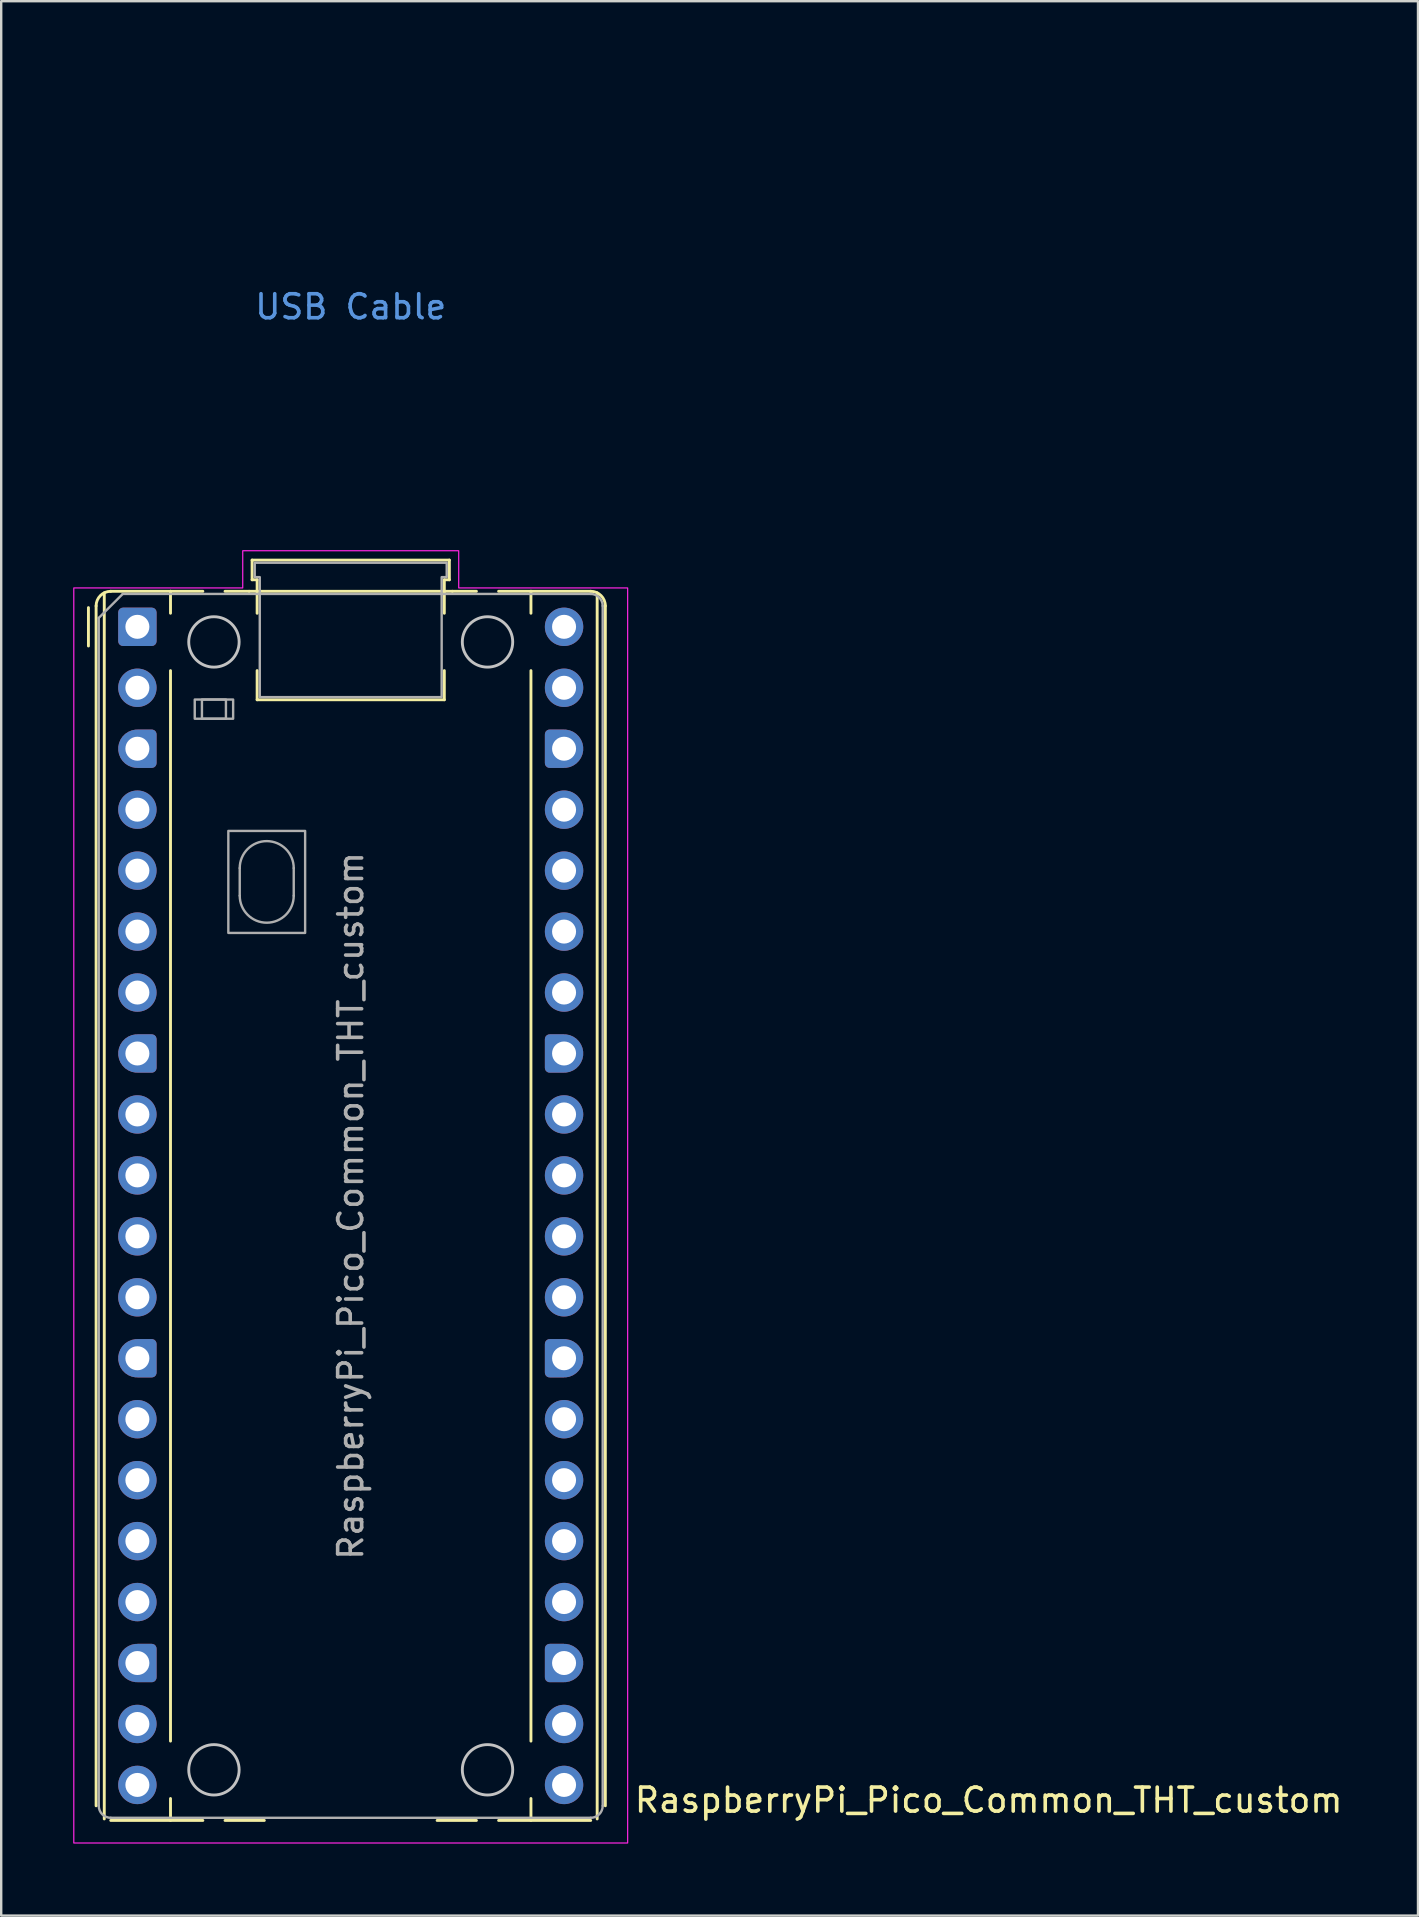
<source format=kicad_pcb>
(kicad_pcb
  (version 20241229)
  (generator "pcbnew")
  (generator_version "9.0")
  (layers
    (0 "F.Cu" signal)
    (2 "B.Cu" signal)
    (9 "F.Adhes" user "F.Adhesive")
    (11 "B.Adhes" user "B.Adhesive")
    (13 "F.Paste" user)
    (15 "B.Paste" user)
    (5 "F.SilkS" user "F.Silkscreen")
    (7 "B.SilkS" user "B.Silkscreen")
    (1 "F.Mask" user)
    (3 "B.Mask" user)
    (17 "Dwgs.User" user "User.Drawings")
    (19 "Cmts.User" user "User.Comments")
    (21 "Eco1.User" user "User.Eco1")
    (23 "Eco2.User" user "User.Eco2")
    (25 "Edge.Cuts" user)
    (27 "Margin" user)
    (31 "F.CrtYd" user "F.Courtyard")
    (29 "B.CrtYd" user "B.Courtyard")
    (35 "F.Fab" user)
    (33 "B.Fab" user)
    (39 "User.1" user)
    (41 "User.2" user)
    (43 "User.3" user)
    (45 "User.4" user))
  (footprint "RaspberryPi_Pico_Common_THT_custom"
    (layer "F.Cu")
    (at 2.675 23.07)
    (property "Reference" "RaspberryPi_Pico_Common_THT_custom" (at 20.637 48.895 0) (unlocked yes) (layer "F.SilkS") (effects (font (size 1 1) (thickness 0.15)) (justify left)))
    (attr through_hole)
    (fp_line (start -2.04 0.8) (end -2.04 -0.8) (stroke (width 0.12) (type solid)) (layer "F.SilkS"))
    (fp_line (start -1.72 -0.87) (end -1.72 49.13) (stroke (width 0.12) (type solid)) (layer "F.SilkS"))
    (fp_line (start -1.38 -1.417) (end -1.38 49.677) (stroke (width 0.12) (type solid)) (layer "F.SilkS"))
    (fp_line (start -1.11 -1.48) (end 1.38 -1.48) (stroke (width 0.12) (type solid)) (layer "F.SilkS"))
    (fp_line (start -1.11 49.74) (end 2.728 49.74) (stroke (width 0.12) (type solid)) (layer "F.SilkS"))
    (fp_line (start 1.38 -1.48) (end 1.38 -0.566) (stroke (width 0.12) (type solid)) (layer "F.SilkS"))
    (fp_line (start 1.38 -1.48) (end 2.728 -1.48) (stroke (width 0.12) (type solid)) (layer "F.SilkS"))
    (fp_line (start 1.38 1.826) (end 1.38 46.434) (stroke (width 0.12) (type solid)) (layer "F.SilkS"))
    (fp_line (start 1.38 48.826) (end 1.38 49.74) (stroke (width 0.12) (type solid)) (layer "F.SilkS"))
    (fp_line (start 3.652 -1.48) (end 4.655 -1.48) (stroke (width 0.12) (type solid)) (layer "F.SilkS"))
    (fp_line (start 4.655 -1.48) (end 13.125 -1.48) (stroke (width 0.12) (type solid)) (layer "F.SilkS"))
    (fp_line (start 4.78 -2.78) (end 4.78 -1.96) (stroke (width 0.12) (type solid)) (layer "F.SilkS"))
    (fp_line (start 4.78 -2.78) (end 13 -2.78) (stroke (width 0.12) (type solid)) (layer "F.SilkS"))
    (fp_line (start 4.78 -1.96) (end 4.99 -1.96) (stroke (width 0.12) (type solid)) (layer "F.SilkS"))
    (fp_line (start 4.99 -1.96) (end 4.99 -0.564) (stroke (width 0.12) (type solid)) (layer "F.SilkS"))
    (fp_line (start 4.99 1.824) (end 4.99 3.04) (stroke (width 0.12) (type solid)) (layer "F.SilkS"))
    (fp_line (start 5.29 49.74) (end 3.652 49.74) (stroke (width 0.12) (type solid)) (layer "F.SilkS"))
    (fp_line (start 12.79 -1.96) (end 12.79 -0.564) (stroke (width 0.12) (type solid)) (layer "F.SilkS"))
    (fp_line (start 12.79 1.824) (end 12.79 3.04) (stroke (width 0.12) (type solid)) (layer "F.SilkS"))
    (fp_line (start 12.79 3.04) (end 4.99 3.04) (stroke (width 0.12) (type solid)) (layer "F.SilkS"))
    (fp_line (start 13 -2.78) (end 13 -1.96) (stroke (width 0.12) (type solid)) (layer "F.SilkS"))
    (fp_line (start 13 -1.96) (end 12.79 -1.96) (stroke (width 0.12) (type solid)) (layer "F.SilkS"))
    (fp_line (start 13.125 -1.48) (end 14.128 -1.48) (stroke (width 0.12) (type solid)) (layer "F.SilkS"))
    (fp_line (start 14.128 49.74) (end 12.49 49.74) (stroke (width 0.12) (type solid)) (layer "F.SilkS"))
    (fp_line (start 15.052 -1.48) (end 16.4 -1.48) (stroke (width 0.12) (type solid)) (layer "F.SilkS"))
    (fp_line (start 15.052 49.74) (end 18.89 49.74) (stroke (width 0.12) (type solid)) (layer "F.SilkS"))
    (fp_line (start 16.4 -1.48) (end 16.4 -0.566) (stroke (width 0.12) (type solid)) (layer "F.SilkS"))
    (fp_line (start 16.4 1.826) (end 16.4 46.434) (stroke (width 0.12) (type solid)) (layer "F.SilkS"))
    (fp_line (start 16.4 48.826) (end 16.4 49.74) (stroke (width 0.12) (type solid)) (layer "F.SilkS"))
    (fp_line (start 18.89 -1.48) (end 16.4 -1.48) (stroke (width 0.12) (type solid)) (layer "F.SilkS"))
    (fp_line (start 19.16 49.677) (end 19.16 -1.417) (stroke (width 0.12) (type solid)) (layer "F.SilkS"))
    (fp_line (start 19.5 -0.87) (end 19.5 49.13) (stroke (width 0.12) (type solid)) (layer "F.SilkS"))
    (fp_arc (start -1.72 -0.87) (mid -1.541335 -1.301335) (end -1.11 -1.48) (stroke (width 0.12) (type solid)) (layer "F.SilkS"))
    (fp_arc (start 18.89 -1.48) (mid 19.321335 -1.301335) (end 19.5 -0.87) (stroke (width 0.12) (type solid)) (layer "F.SilkS"))
    (fp_circle (center 3.19 0.63) (end 4.24 0.63) (stroke (width 0.12) (type solid)) (fill no) (layer "Dwgs.User"))
    (fp_circle (center 3.19 47.63) (end 4.24 47.63) (stroke (width 0.12) (type solid)) (fill no) (layer "Dwgs.User"))
    (fp_circle (center 14.59 0.63) (end 15.64 0.63) (stroke (width 0.12) (type solid)) (fill no) (layer "Dwgs.User"))
    (fp_circle (center 14.59 47.63) (end 15.64 47.63) (stroke (width 0.12) (type solid)) (fill no) (layer "Dwgs.User"))
    (fp_poly (pts (xy 4.39 -3.17) (xy 13.39 -3.17) (xy 13.39 -1.62) (xy 20.43 -1.62) (xy 20.43 50.68) (xy -2.65 50.68) (xy -2.65 -1.62) (xy 4.39 -1.62)) (stroke (width 0.05) (type solid)) (fill no) (layer "F.CrtYd"))
    (fp_line (start -1.61 -0.37) (end -0.61 -1.37) (stroke (width 0.1) (type solid)) (layer "F.Fab"))
    (fp_line (start -1.61 49.13) (end -1.61 -0.37) (stroke (width 0.1) (type solid)) (layer "F.Fab"))
    (fp_line (start -0.61 -1.37) (end 18.89 -1.37) (stroke (width 0.1) (type solid)) (layer "F.Fab"))
    (fp_line (start 4.265 10.055) (end 4.265 11.205) (stroke (width 0.1) (type solid)) (layer "F.Fab"))
    (fp_line (start 6.515 10.055) (end 6.515 11.205) (stroke (width 0.1) (type solid)) (layer "F.Fab"))
    (fp_line (start 18.89 49.63) (end -1.11 49.63) (stroke (width 0.1) (type solid)) (layer "F.Fab"))
    (fp_line (start 19.39 -0.87) (end 19.39 49.13) (stroke (width 0.1) (type solid)) (layer "F.Fab"))
    (fp_rect (start 2.39 3.03) (end 3.99 3.83) (stroke (width 0.1) (type solid)) (fill no) (layer "F.Fab"))
    (fp_rect (start 2.69 3.03) (end 3.69 3.83) (stroke (width 0.1) (type solid)) (fill no) (layer "F.Fab"))
    (fp_rect (start 3.79 8.505) (end 6.99 12.755) (stroke (width 0.1) (type solid)) (fill no) (layer "F.Fab"))
    (fp_arc (start -1.11 49.63) (mid -1.463553 49.483553) (end -1.61 49.13) (stroke (width 0.1) (type solid)) (layer "F.Fab"))
    (fp_arc (start 4.265 10.055) (mid 5.39 8.93) (end 6.515 10.055) (stroke (width 0.1) (type solid)) (layer "F.Fab"))
    (fp_arc (start 6.515 11.205) (mid 5.39 12.33) (end 4.265 11.205) (stroke (width 0.1) (type solid)) (layer "F.Fab"))
    (fp_arc (start 18.89 -1.37) (mid 19.243553 -1.223553) (end 19.39 -0.87) (stroke (width 0.1) (type solid)) (layer "F.Fab"))
    (fp_arc (start 19.39 49.13) (mid 19.243553 49.483553) (end 18.89 49.63) (stroke (width 0.1) (type solid)) (layer "F.Fab"))
    (fp_poly (pts (xy 12.68 2.93) (xy 12.68 -2.07) (xy 12.89 -2.07) (xy 12.89 -2.67) (xy 4.89 -2.67) (xy 4.89 -2.07) (xy 5.1 -2.07) (xy 5.1 2.93)) (stroke (width 0.1) (type solid)) (fill no) (layer "F.Fab"))
    (fp_text user "USB Cable" (at 8.89 -13.335 0) (unlocked yes) (layer "Cmts.User") (effects (font (size 1 1) (thickness 0.15))))
    (fp_text user "${REFERENCE}" (at 8.89 24.13 90) (layer "F.Fab") (effects (font (size 1 1) (thickness 0.15))))
    (pad "1" thru_hole roundrect (at 0 0) (size 1.6 1.6) (drill 1) (layers "*.Cu" "*.Mask") (roundrect_rratio 0.125))
    (pad "2" thru_hole circle (at 0 2.54) (size 1.6 1.6) (drill 1) (layers "*.Cu" "*.Mask"))
    (pad "3" thru_hole custom (at 0 5.08) (size 1.6 1.6) (drill 1) (layers "*.Cu" "*.Mask") (options (anchor circle)) (primitives (gr_poly (pts (xy 0.8 0.6) (xy 0.8 -0.6) (xy 0.6 -0.8) (xy 0 -0.8) (xy 0 0.8) (xy 0.6 0.8)) (width 0) (fill yes)) (gr_circle (center 0.6 0.6) (end 0.8 0.6) (width 0) (fill yes)) (gr_circle (center 0.6 -0.6) (end 0.8 -0.6) (width 0) (fill yes))))
    (pad "4" thru_hole circle (at 0 7.62) (size 1.6 1.6) (drill 1) (layers "*.Cu" "*.Mask"))
    (pad "5" thru_hole circle (at 0 10.16) (size 1.6 1.6) (drill 1) (layers "*.Cu" "*.Mask"))
    (pad "6" thru_hole circle (at 0 12.7) (size 1.6 1.6) (drill 1) (layers "*.Cu" "*.Mask"))
    (pad "7" thru_hole circle (at 0 15.24) (size 1.6 1.6) (drill 1) (layers "*.Cu" "*.Mask"))
    (pad "8" thru_hole custom (at 0 17.78) (size 1.6 1.6) (drill 1) (layers "*.Cu" "*.Mask") (options (anchor circle)) (primitives (gr_poly (pts (xy 0.8 0.6) (xy 0.8 -0.6) (xy 0.6 -0.8) (xy 0 -0.8) (xy 0 0.8) (xy 0.6 0.8)) (width 0) (fill yes)) (gr_circle (center 0.6 0.6) (end 0.8 0.6) (width 0) (fill yes)) (gr_circle (center 0.6 -0.6) (end 0.8 -0.6) (width 0) (fill yes))))
    (pad "9" thru_hole circle (at 0 20.32) (size 1.6 1.6) (drill 1) (layers "*.Cu" "*.Mask"))
    (pad "10" thru_hole circle (at 0 22.86) (size 1.6 1.6) (drill 1) (layers "*.Cu" "*.Mask"))
    (pad "11" thru_hole circle (at 0 25.4) (size 1.6 1.6) (drill 1) (layers "*.Cu" "*.Mask"))
    (pad "12" thru_hole circle (at 0 27.94) (size 1.6 1.6) (drill 1) (layers "*.Cu" "*.Mask"))
    (pad "13" thru_hole custom (at 0 30.48) (size 1.6 1.6) (drill 1) (layers "*.Cu" "*.Mask") (options (anchor circle)) (primitives (gr_poly (pts (xy 0.8 0.6) (xy 0.8 -0.6) (xy 0.6 -0.8) (xy 0 -0.8) (xy 0 0.8) (xy 0.6 0.8)) (width 0) (fill yes)) (gr_circle (center 0.6 0.6) (end 0.8 0.6) (width 0) (fill yes)) (gr_circle (center 0.6 -0.6) (end 0.8 -0.6) (width 0) (fill yes))))
    (pad "14" thru_hole circle (at 0 33.02) (size 1.6 1.6) (drill 1) (layers "*.Cu" "*.Mask"))
    (pad "15" thru_hole circle (at 0 35.56) (size 1.6 1.6) (drill 1) (layers "*.Cu" "*.Mask"))
    (pad "16" thru_hole circle (at 0 38.1) (size 1.6 1.6) (drill 1) (layers "*.Cu" "*.Mask"))
    (pad "17" thru_hole circle (at 0 40.64) (size 1.6 1.6) (drill 1) (layers "*.Cu" "*.Mask"))
    (pad "18" thru_hole custom (at 0 43.18) (size 1.6 1.6) (drill 1) (layers "*.Cu" "*.Mask") (options (anchor circle)) (primitives (gr_poly (pts (xy 0.8 0.6) (xy 0.8 -0.6) (xy 0.6 -0.8) (xy 0 -0.8) (xy 0 0.8) (xy 0.6 0.8)) (width 0) (fill yes)) (gr_circle (center 0.6 0.6) (end 0.8 0.6) (width 0) (fill yes)) (gr_circle (center 0.6 -0.6) (end 0.8 -0.6) (width 0) (fill yes))))
    (pad "19" thru_hole circle (at 0 45.72) (size 1.6 1.6) (drill 1) (layers "*.Cu" "*.Mask"))
    (pad "20" thru_hole circle (at 0 48.26) (size 1.6 1.6) (drill 1) (layers "*.Cu" "*.Mask"))
    (pad "21" thru_hole circle (at 17.78 48.26) (size 1.6 1.6) (drill 1) (layers "*.Cu" "*.Mask"))
    (pad "22" thru_hole circle (at 17.78 45.72) (size 1.6 1.6) (drill 1) (layers "*.Cu" "*.Mask"))
    (pad "23" thru_hole custom (at 17.78 43.18) (size 1.6 1.6) (drill 1) (layers "*.Cu" "*.Mask") (options (anchor circle)) (primitives (gr_poly (pts (xy -0.8 0.6) (xy -0.8 -0.6) (xy -0.6 -0.8) (xy 0 -0.8) (xy 0 0.8) (xy -0.6 0.8)) (width 0) (fill yes)) (gr_circle (center -0.6 0.6) (end -0.4 0.6) (width 0) (fill yes)) (gr_circle (center -0.6 -0.6) (end -0.4 -0.6) (width 0) (fill yes))))
    (pad "24" thru_hole circle (at 17.78 40.64) (size 1.6 1.6) (drill 1) (layers "*.Cu" "*.Mask"))
    (pad "25" thru_hole circle (at 17.78 38.1) (size 1.6 1.6) (drill 1) (layers "*.Cu" "*.Mask"))
    (pad "26" thru_hole circle (at 17.78 35.56) (size 1.6 1.6) (drill 1) (layers "*.Cu" "*.Mask"))
    (pad "27" thru_hole circle (at 17.78 33.02) (size 1.6 1.6) (drill 1) (layers "*.Cu" "*.Mask"))
    (pad "28" thru_hole custom (at 17.78 30.48) (size 1.6 1.6) (drill 1) (layers "*.Cu" "*.Mask") (options (anchor circle)) (primitives (gr_poly (pts (xy -0.8 0.6) (xy -0.8 -0.6) (xy -0.6 -0.8) (xy 0 -0.8) (xy 0 0.8) (xy -0.6 0.8)) (width 0) (fill yes)) (gr_circle (center -0.6 0.6) (end -0.4 0.6) (width 0) (fill yes)) (gr_circle (center -0.6 -0.6) (end -0.4 -0.6) (width 0) (fill yes))))
    (pad "29" thru_hole circle (at 17.78 27.94) (size 1.6 1.6) (drill 1) (layers "*.Cu" "*.Mask"))
    (pad "30" thru_hole circle (at 17.78 25.4) (size 1.6 1.6) (drill 1) (layers "*.Cu" "*.Mask"))
    (pad "31" thru_hole circle (at 17.78 22.86) (size 1.6 1.6) (drill 1) (layers "*.Cu" "*.Mask"))
    (pad "32" thru_hole circle (at 17.78 20.32) (size 1.6 1.6) (drill 1) (layers "*.Cu" "*.Mask"))
    (pad "33" thru_hole custom (at 17.78 17.78) (size 1.6 1.6) (drill 1) (layers "*.Cu" "*.Mask") (options (anchor circle)) (primitives (gr_poly (pts (xy -0.8 0.6) (xy -0.8 -0.6) (xy -0.6 -0.8) (xy 0 -0.8) (xy 0 0.8) (xy -0.6 0.8)) (width 0) (fill yes)) (gr_circle (center -0.6 0.6) (end -0.4 0.6) (width 0) (fill yes)) (gr_circle (center -0.6 -0.6) (end -0.4 -0.6) (width 0) (fill yes))))
    (pad "34" thru_hole circle (at 17.78 15.24) (size 1.6 1.6) (drill 1) (layers "*.Cu" "*.Mask"))
    (pad "35" thru_hole circle (at 17.78 12.7) (size 1.6 1.6) (drill 1) (layers "*.Cu" "*.Mask"))
    (pad "36" thru_hole circle (at 17.78 10.16) (size 1.6 1.6) (drill 1) (layers "*.Cu" "*.Mask"))
    (pad "37" thru_hole circle (at 17.78 7.62) (size 1.6 1.6) (drill 1) (layers "*.Cu" "*.Mask"))
    (pad "38" thru_hole custom (at 17.78 5.08) (size 1.6 1.6) (drill 1) (layers "*.Cu" "*.Mask") (options (anchor circle)) (primitives (gr_poly (pts (xy -0.8 0.6) (xy -0.8 -0.6) (xy -0.6 -0.8) (xy 0 -0.8) (xy 0 0.8) (xy -0.6 0.8)) (width 0) (fill yes)) (gr_circle (center -0.6 0.6) (end -0.4 0.6) (width 0) (fill yes)) (gr_circle (center -0.6 -0.6) (end -0.4 -0.6) (width 0) (fill yes))))
    (pad "39" thru_hole circle (at 17.78 2.54) (size 1.6 1.6) (drill 1) (layers "*.Cu" "*.Mask"))
    (pad "40" thru_hole circle (at 17.78 0) (size 1.6 1.6) (drill 1) (layers "*.Cu" "*.Mask"))
    (zone (net_name "") (layer "F.CrtYd") (name "USB Cable") (hatch edge 0.5) (connect_pads) (min_thickness 0.254) (filled_areas_thickness no) (keepout (tracks allowed) (vias allowed) (pads allowed) (copperpour allowed) (footprints allowed)) (placement (enabled no)) (fill) (polygon (pts (xy 5.815 19.5) (xy 7.625 19.5) (xy 7.625 19.9) (xy 15.505 19.9) (xy 15.505 19.5) (xy 17.315 19.5) (xy 17.315 0) (xy 5.815 0)))))
  (gr_rect
    (start -3 -3)
    (end 56.039 76.775)
    (stroke (width 0.1) (type default))
    (fill no)
    (layer "Edge.Cuts")))
</source>
